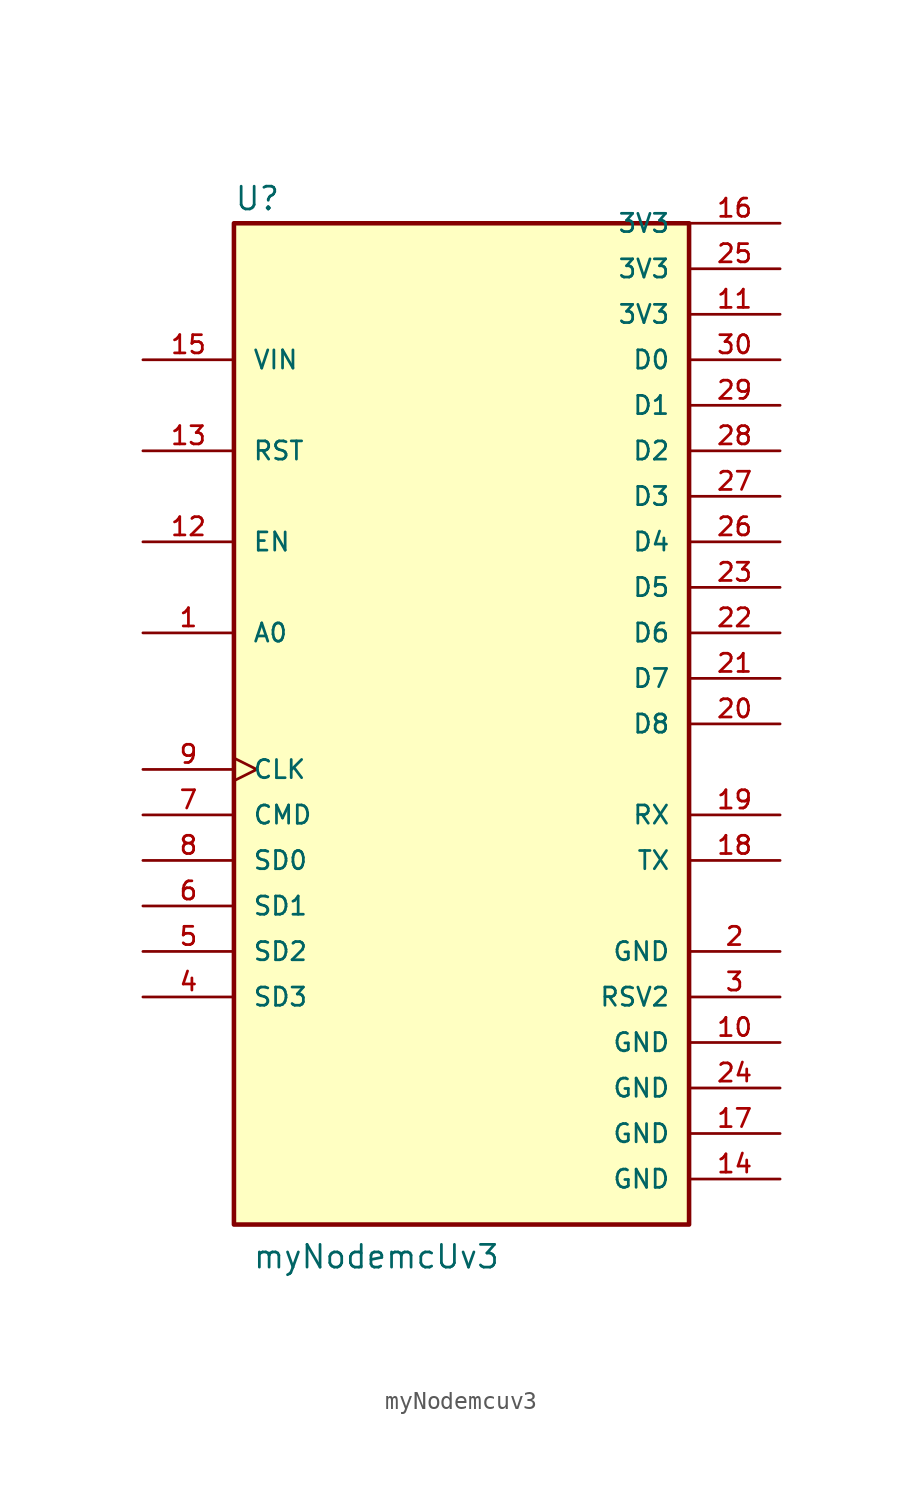
<source format=kicad_sym>
(kicad_symbol_lib
  (version 20231120)
  (generator "kicad_symbol_editor")
  (generator_version "8.0")
  (symbol "myNodemcuv3"
    (pin_names
      (offset 1.016))
    (property "Reference" "U"
      (at -12.7 26.035 0)
      (effects (font (size 1.27 1.27)) (justify left bottom)))
    (property "Value" "myNodemcUv3"
      (at -11.684 -33.02 0)
      (effects (font (size 1.27 1.27)) (justify left bottom)))
    (symbol "myNodemcuv3_0_0"
      (rectangle (start -12.7 25.4) (end 12.7 -30.48) (stroke (width 0.254) (type default)) (fill (type background)))
      (pin input line (at -17.78 2.54 0) (length 5.08) (name "A0" (effects (font (size 1.016 1.016)))) (number "1" (effects (font (size 1.016 1.016)))))
      (pin power_in line (at 17.78 -20.32 180) (length 5.08) (name "GND" (effects (font (size 1.016 1.016)))) (number "10" (effects (font (size 1.016 1.016)))))
      (pin power_in line (at 17.78 20.32 180) (length 5.08) (name "3V3" (effects (font (size 1.016 1.016)))) (number "11" (effects (font (size 1.016 1.016)))))
      (pin input line (at -17.78 7.62 0) (length 5.08) (name "EN" (effects (font (size 1.016 1.016)))) (number "12" (effects (font (size 1.016 1.016)))))
      (pin input line (at -17.78 12.7 0) (length 5.08) (name "RST" (effects (font (size 1.016 1.016)))) (number "13" (effects (font (size 1.016 1.016)))))
      (pin power_in line (at 17.78 -27.94 180) (length 5.08) (name "GND" (effects (font (size 1.016 1.016)))) (number "14" (effects (font (size 1.016 1.016)))))
      (pin input line (at -17.78 17.78 0) (length 5.08) (name "VIN" (effects (font (size 1.016 1.016)))) (number "15" (effects (font (size 1.016 1.016)))))
      (pin power_in line (at 17.78 25.4 180) (length 5.08) (name "3V3" (effects (font (size 1.016 1.016)))) (number "16" (effects (font (size 1.016 1.016)))))
      (pin power_in line (at 17.78 -25.4 180) (length 5.08) (name "GND" (effects (font (size 1.016 1.016)))) (number "17" (effects (font (size 1.016 1.016)))))
      (pin bidirectional line (at 17.78 -10.16 180) (length 5.08) (name "TX" (effects (font (size 1.016 1.016)))) (number "18" (effects (font (size 1.016 1.016)))))
      (pin bidirectional line (at 17.78 -7.62 180) (length 5.08) (name "RX" (effects (font (size 1.016 1.016)))) (number "19" (effects (font (size 1.016 1.016)))))
      (pin power_in line (at 17.78 -15.24 180) (length 5.08) (name "GND" (effects (font (size 1.016 1.016)))) (number "2" (effects (font (size 1.016 1.016)))))
      (pin bidirectional line (at 17.78 -2.54 180) (length 5.08) (name "D8" (effects (font (size 1.016 1.016)))) (number "20" (effects (font (size 1.016 1.016)))))
      (pin bidirectional line (at 17.78 0 180) (length 5.08) (name "D7" (effects (font (size 1.016 1.016)))) (number "21" (effects (font (size 1.016 1.016)))))
      (pin bidirectional line (at 17.78 2.54 180) (length 5.08) (name "D6" (effects (font (size 1.016 1.016)))) (number "22" (effects (font (size 1.016 1.016)))))
      (pin bidirectional line (at 17.78 5.08 180) (length 5.08) (name "D5" (effects (font (size 1.016 1.016)))) (number "23" (effects (font (size 1.016 1.016)))))
      (pin power_in line (at 17.78 -22.86 180) (length 5.08) (name "GND" (effects (font (size 1.016 1.016)))) (number "24" (effects (font (size 1.016 1.016)))))
      (pin power_in line (at 17.78 22.86 180) (length 5.08) (name "3V3" (effects (font (size 1.016 1.016)))) (number "25" (effects (font (size 1.016 1.016)))))
      (pin bidirectional line (at 17.78 7.62 180) (length 5.08) (name "D4" (effects (font (size 1.016 1.016)))) (number "26" (effects (font (size 1.016 1.016)))))
      (pin bidirectional line (at 17.78 10.16 180) (length 5.08) (name "D3" (effects (font (size 1.016 1.016)))) (number "27" (effects (font (size 1.016 1.016)))))
      (pin bidirectional line (at 17.78 12.7 180) (length 5.08) (name "D2" (effects (font (size 1.016 1.016)))) (number "28" (effects (font (size 1.016 1.016)))))
      (pin bidirectional line (at 17.78 15.24 180) (length 5.08) (name "D1" (effects (font (size 1.016 1.016)))) (number "29" (effects (font (size 1.016 1.016)))))
      (pin passive line (at 17.78 -17.78 180) (length 5.08) (name "RSV2" (effects (font (size 1.016 1.016)))) (number "3" (effects (font (size 1.016 1.016)))))
      (pin bidirectional line (at 17.78 17.78 180) (length 5.08) (name "D0" (effects (font (size 1.016 1.016)))) (number "30" (effects (font (size 1.016 1.016)))))
      (pin bidirectional line (at -17.78 -17.78 0) (length 5.08) (name "SD3" (effects (font (size 1.016 1.016)))) (number "4" (effects (font (size 1.016 1.016)))))
      (pin bidirectional line (at -17.78 -15.24 0) (length 5.08) (name "SD2" (effects (font (size 1.016 1.016)))) (number "5" (effects (font (size 1.016 1.016)))))
      (pin bidirectional line (at -17.78 -12.7 0) (length 5.08) (name "SD1" (effects (font (size 1.016 1.016)))) (number "6" (effects (font (size 1.016 1.016)))))
      (pin input line (at -17.78 -7.62 0) (length 5.08) (name "CMD" (effects (font (size 1.016 1.016)))) (number "7" (effects (font (size 1.016 1.016)))))
      (pin bidirectional line (at -17.78 -10.16 0) (length 5.08) (name "SD0" (effects (font (size 1.016 1.016)))) (number "8" (effects (font (size 1.016 1.016)))))
      (pin input clock (at -17.78 -5.08 0) (length 5.08) (name "CLK" (effects (font (size 1.016 1.016)))) (number "9" (effects (font (size 1.016 1.016))))))))
</source>
